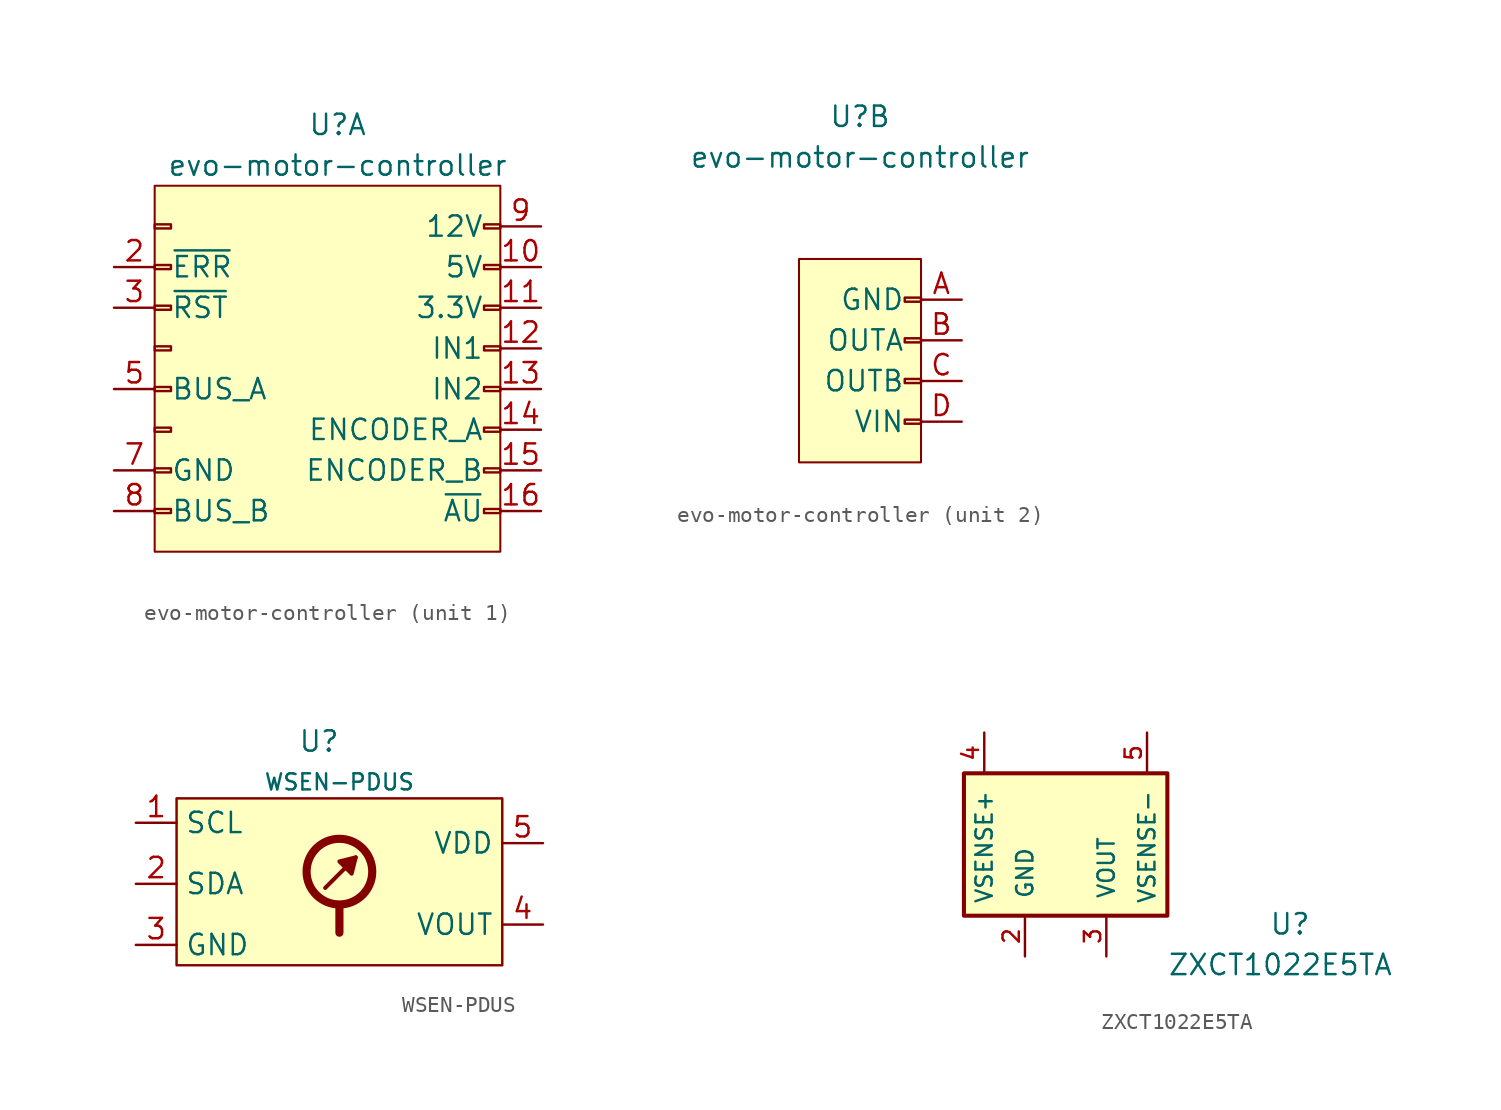
<source format=kicad_sym>
(kicad_symbol_lib
  (version 20220914)
  (generator kicad_symbol_editor)
  (symbol "evo-motor-controller"
    (pin_names
      (offset 1.016))
    (property "Reference" "U"
      (at 0 15.24 0)
      (effects (font (size 1.27 1.27))))
    (property "Value" "evo-motor-controller"
      (at 0 12.7 0)
      (effects (font (size 1.27 1.27))))
    (property "ki_locked" ""
      (at 0 0 0)
      (effects (font (size 1.27 1.27))))
    (symbol "evo-motor-controller_1_1"
      (rectangle (start -11.43 -8.763) (end -10.414 -9.017) (stroke (width 0.152) (type default)) (fill (type none)))
      (rectangle (start -11.43 -6.223) (end -10.414 -6.477) (stroke (width 0.152) (type default)) (fill (type none)))
      (rectangle (start -11.43 -3.683) (end -10.414 -3.937) (stroke (width 0.152) (type default)) (fill (type none)))
      (rectangle (start -11.43 -1.143) (end -10.414 -1.397) (stroke (width 0.152) (type default)) (fill (type none)))
      (rectangle (start -11.43 1.397) (end -10.414 1.143) (stroke (width 0.152) (type default)) (fill (type none)))
      (rectangle (start -11.43 3.937) (end -10.414 3.683) (stroke (width 0.152) (type default)) (fill (type none)))
      (rectangle (start -11.43 6.477) (end -10.414 6.223) (stroke (width 0.152) (type default)) (fill (type none)))
      (rectangle (start -11.43 9.017) (end -10.414 8.763) (stroke (width 0.152) (type default)) (fill (type none)))
      (rectangle (start -11.43 11.43) (end 10.16 -11.43) (stroke (width 0.127) (type default)) (fill (type background)))
      (rectangle (start 9.144 -8.763) (end 10.16 -9.017) (stroke (width 0.152) (type default)) (fill (type none)))
      (rectangle (start 9.144 -6.223) (end 10.16 -6.477) (stroke (width 0.152) (type default)) (fill (type none)))
      (rectangle (start 9.144 -3.683) (end 10.16 -3.937) (stroke (width 0.152) (type default)) (fill (type none)))
      (rectangle (start 9.144 -1.143) (end 10.16 -1.397) (stroke (width 0.152) (type default)) (fill (type none)))
      (rectangle (start 9.144 1.397) (end 10.16 1.143) (stroke (width 0.152) (type default)) (fill (type none)))
      (rectangle (start 9.144 3.937) (end 10.16 3.683) (stroke (width 0.152) (type default)) (fill (type none)))
      (rectangle (start 9.144 6.477) (end 10.16 6.223) (stroke (width 0.152) (type default)) (fill (type none)))
      (rectangle (start 9.144 9.017) (end 10.16 8.763) (stroke (width 0.152) (type default)) (fill (type none)))
      (pin no_connect line (at -13.97 8.89 0) (length 2.54) hide (name "" (effects (font (size 1.27 1.27)))) (number "1" (effects (font (size 1.27 1.27)))))
      (pin power_in line (at 12.7 6.35 180) (length 2.54) (name "5V" (effects (font (size 1.27 1.27)))) (number "10" (effects (font (size 1.27 1.27)))))
      (pin power_in line (at 12.7 3.81 180) (length 2.54) (name "3.3V" (effects (font (size 1.27 1.27)))) (number "11" (effects (font (size 1.27 1.27)))))
      (pin input line (at 12.7 1.27 180) (length 2.54) (name "IN1" (effects (font (size 1.27 1.27)))) (number "12" (effects (font (size 1.27 1.27)))))
      (pin input line (at 12.7 -1.27 180) (length 2.54) (name "IN2" (effects (font (size 1.27 1.27)))) (number "13" (effects (font (size 1.27 1.27)))))
      (pin input line (at 12.7 -3.81 180) (length 2.54) (name "ENCODER_A" (effects (font (size 1.27 1.27)))) (number "14" (effects (font (size 1.27 1.27)))))
      (pin input line (at 12.7 -6.35 180) (length 2.54) (name "ENCODER_B" (effects (font (size 1.27 1.27)))) (number "15" (effects (font (size 1.27 1.27)))))
      (pin input line (at 12.7 -8.89 180) (length 2.54) (name "~{AU}" (effects (font (size 1.27 1.27)))) (number "16" (effects (font (size 1.27 1.27)))))
      (pin output line (at -13.97 6.35 0) (length 2.54) (name "~{ERR}" (effects (font (size 1.27 1.27)))) (number "2" (effects (font (size 1.27 1.27)))))
      (pin input line (at -13.97 3.81 0) (length 2.54) (name "~{RST}" (effects (font (size 1.27 1.27)))) (number "3" (effects (font (size 1.27 1.27)))))
      (pin no_connect line (at -13.97 1.27 0) (length 2.54) hide (name "" (effects (font (size 1.27 1.27)))) (number "4" (effects (font (size 1.27 1.27)))))
      (pin bidirectional line (at -13.97 -1.27 0) (length 2.54) (name "BUS_A" (effects (font (size 1.27 1.27)))) (number "5" (effects (font (size 1.27 1.27)))))
      (pin no_connect line (at -13.97 -3.81 0) (length 2.54) hide (name "" (effects (font (size 1.27 1.27)))) (number "6" (effects (font (size 1.27 1.27)))))
      (pin power_in line (at -13.97 -6.35 0) (length 2.54) (name "GND" (effects (font (size 1.27 1.27)))) (number "7" (effects (font (size 1.27 1.27)))))
      (pin bidirectional line (at -13.97 -8.89 0) (length 2.54) (name "BUS_B" (effects (font (size 1.27 1.27)))) (number "8" (effects (font (size 1.27 1.27)))))
      (pin power_in line (at 12.7 8.89 180) (length 2.54) (name "12V" (effects (font (size 1.27 1.27)))) (number "9" (effects (font (size 1.27 1.27))))))
    (symbol "evo-motor-controller_2_1"
      (rectangle (start -3.81 6.35) (end 3.81 -6.35) (stroke (width 0.127) (type default)) (fill (type background)))
      (rectangle (start 2.794 -3.683) (end 3.81 -3.937) (stroke (width 0.152) (type default)) (fill (type none)))
      (rectangle (start 2.794 -1.143) (end 3.81 -1.397) (stroke (width 0.152) (type default)) (fill (type none)))
      (rectangle (start 2.794 1.397) (end 3.81 1.143) (stroke (width 0.152) (type default)) (fill (type none)))
      (rectangle (start 2.794 3.937) (end 3.81 3.683) (stroke (width 0.152) (type default)) (fill (type none)))
      (pin power_in line (at 6.35 3.81 180) (length 2.54) (name "GND" (effects (font (size 1.27 1.27)))) (number "A" (effects (font (size 1.27 1.27)))))
      (pin power_out line (at 6.35 1.27 180) (length 2.54) (name "OUTA" (effects (font (size 1.27 1.27)))) (number "B" (effects (font (size 1.27 1.27)))))
      (pin power_out line (at 6.35 -1.27 180) (length 2.54) (name "OUTB" (effects (font (size 1.27 1.27)))) (number "C" (effects (font (size 1.27 1.27)))))
      (pin power_in line (at 6.35 -3.81 180) (length 2.54) (name "VIN" (effects (font (size 1.27 1.27)))) (number "D" (effects (font (size 1.27 1.27)))))))
  (symbol "WSEN-PDUS"
    (property "Reference" "U"
      (at -1.27 8.89 0)
      (effects (font (size 1.27 1.27))))
    (property "Value" "WSEN-PDUS"
      (at 0 6.35 0)
      (effects (font (size 1 1))))
    (symbol "WSEN-PDUS_0_1"
      (rectangle (start -10.16 5.334) (end 10.16 -5.08) (stroke (width 0) (type default)) (fill (type background)))
      (polyline (pts (xy -0.889 -0.254) (xy 1.016 1.651)) (stroke (width 0.254) (type default)) (fill (type none)))
      (polyline (pts (xy 0 -1.397) (xy 0 -3.048)) (stroke (width 0.508) (type default)) (fill (type none)))
      (polyline (pts (xy 1.016 1.651) (xy 0.762 0.635) (xy 0 1.397) (xy 1.016 1.651)) (stroke (width 0.254) (type default)) (fill (type outline)))
      (circle (center 0 0.762) (radius 2.048) (stroke (width 0.508) (type default)) (fill (type none))))
    (symbol "WSEN-PDUS_1_0"
      (pin no_connect line (at 27.94 2.54 180) (length 2.54) hide (name "" (effects (font (size 1.27 1.27)))) (number "6" (effects (font (size 1.27 1.27)))))
      (pin no_connect line (at 27.94 0 180) (length 2.54) hide (name "" (effects (font (size 1.27 1.27)))) (number "7" (effects (font (size 1.27 1.27)))))
      (pin no_connect line (at 27.94 -2.54 180) (length 2.54) hide (name "" (effects (font (size 1.27 1.27)))) (number "8" (effects (font (size 1.27 1.27))))))
    (symbol "WSEN-PDUS_1_1"
      (pin input line (at -12.7 3.81 0) (length 2.54) (name "SCL" (effects (font (size 1.27 1.27)))) (number "1" (effects (font (size 1.27 1.27)))))
      (pin bidirectional line (at -12.7 0 0) (length 2.54) (name "SDA" (effects (font (size 1.27 1.27)))) (number "2" (effects (font (size 1.27 1.27)))))
      (pin power_in line (at -12.7 -3.81 0) (length 2.54) (name "GND" (effects (font (size 1.27 1.27)))) (number "3" (effects (font (size 1.27 1.27)))))
      (pin output line (at 12.7 -2.54 180) (length 2.54) (name "VOUT" (effects (font (size 1.27 1.27)))) (number "4" (effects (font (size 1.27 1.27)))))
      (pin power_in line (at 12.7 2.54 180) (length 2.54) (name "VDD" (effects (font (size 1.27 1.27)))) (number "5" (effects (font (size 1.27 1.27)))))))
  (symbol "ZXCT1022E5TA"
    (pin_names
      (offset 1.016))
    (property "Reference" "U"
      (at 12.7 -6.35 0)
      (effects (font (size 1.27 1.27)) (justify left bottom)))
    (property "Value" "ZXCT1022E5TA"
      (at 6.35 -8.89 0)
      (effects (font (size 1.27 1.27)) (justify left bottom)))
    (symbol "ZXCT1022E5TA_0_0"
      (rectangle (start -6.35 -5.08) (end 6.35 3.81) (stroke (width 0.254) (type default)) (fill (type background)))
      (pin no_connect line (at 0 6.35 270) (length 2.54) hide (name "NC" (effects (font (size 1.016 1.016)))) (number "1" (effects (font (size 1.016 1.016)))))
      (pin passive line (at -2.54 -7.62 90) (length 2.54) (name "GND" (effects (font (size 1.016 1.016)))) (number "2" (effects (font (size 1.016 1.016)))))
      (pin output line (at 2.54 -7.62 90) (length 2.54) (name "VOUT" (effects (font (size 1.016 1.016)))) (number "3" (effects (font (size 1.016 1.016)))))
      (pin input line (at -5.08 6.35 270) (length 2.54) (name "VSENSE+" (effects (font (size 1.016 1.016)))) (number "4" (effects (font (size 1.016 1.016)))))
      (pin input line (at 5.08 6.35 270) (length 2.54) (name "VSENSE-" (effects (font (size 1.016 1.016)))) (number "5" (effects (font (size 1.016 1.016))))))))
</source>
